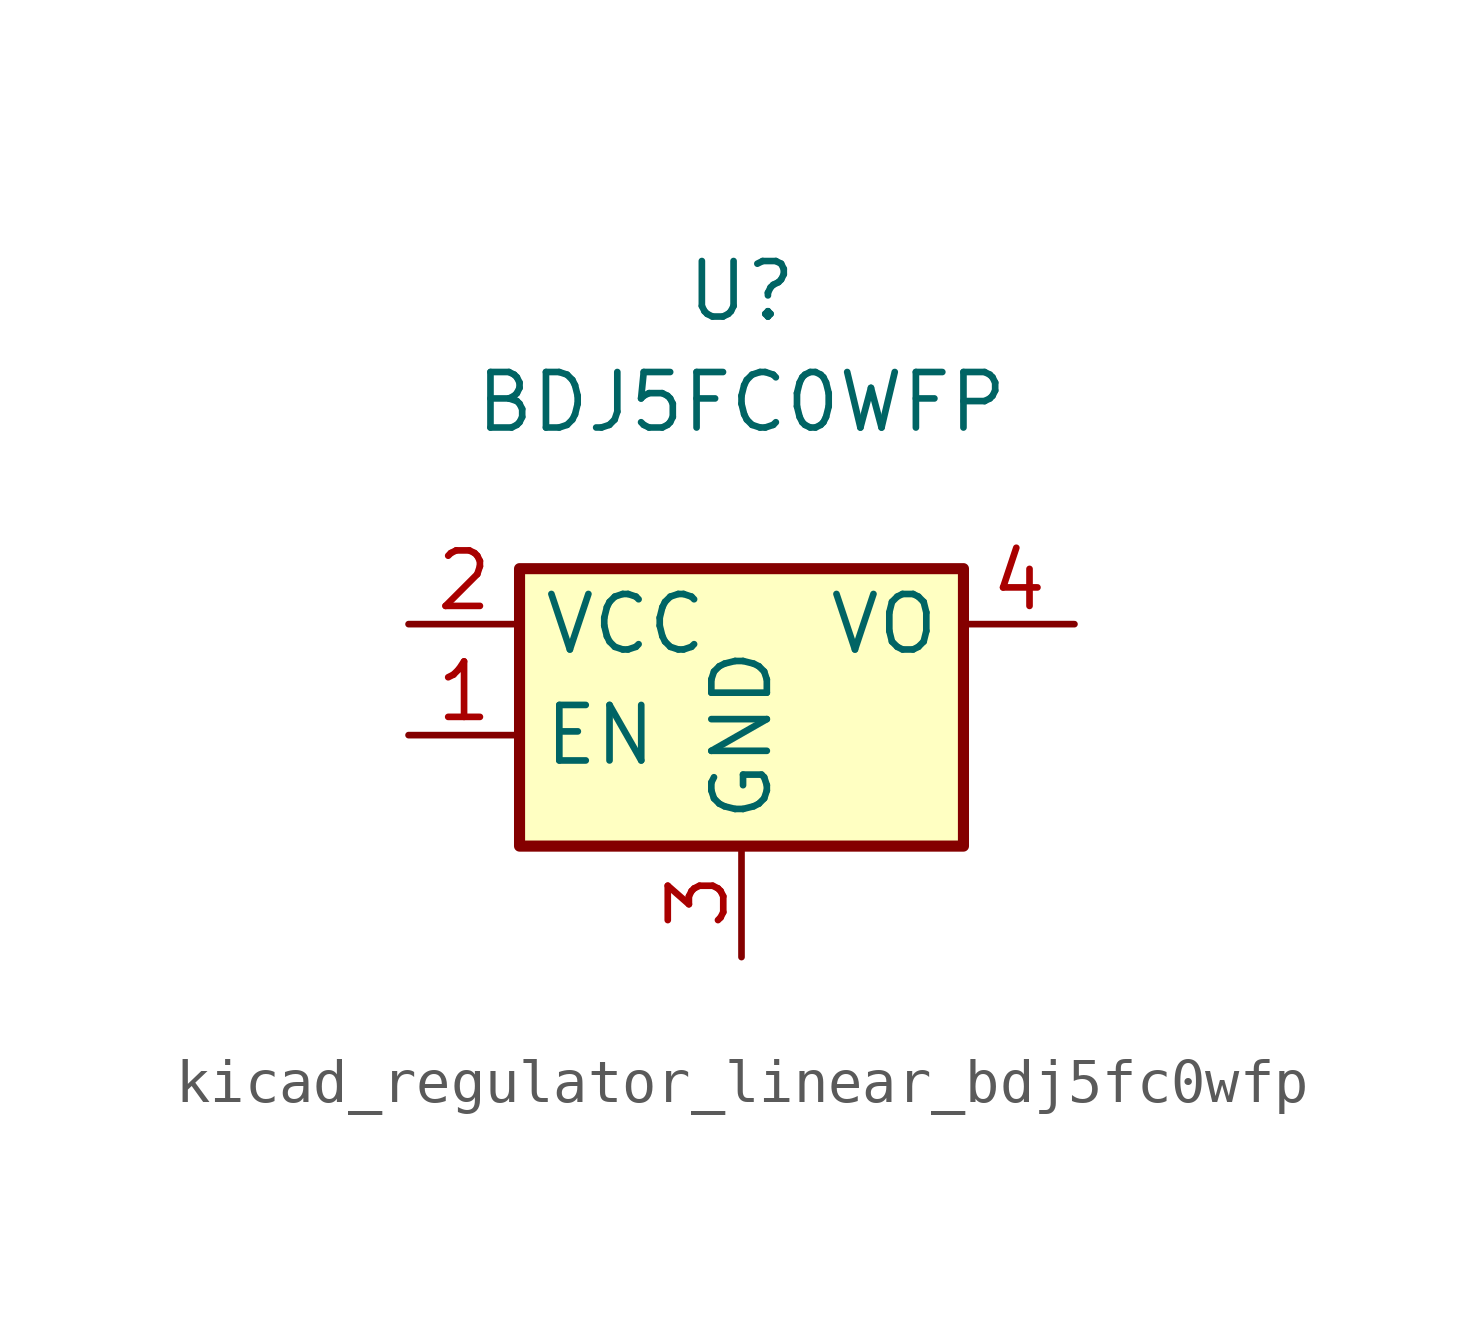
<source format=kicad_sym>
(kicad_symbol_lib
  (version 20220914)
  (generator kicad_symbol_editor)
  (symbol "kicad_regulator_linear_bdj5fc0wfp"
    (property "Reference" "U"
      (at 0 7.62 0)
      (effects (font (size 1.27 1.27))))
    (property "Value" "BDJ5FC0WFP"
      (at 0 5.08 0)
      (effects (font (size 1.27 1.27))))
    (symbol "kicad_regulator_linear_bdj5fc0wfp_1_1"
      (rectangle (start -5.08 -5.08) (end 5.08 1.27) (stroke (width 0.254) (type default)) (fill (type background)))
      (pin input line (at -7.62 -2.54 0) (length 2.54) (name "EN" (effects (font (size 1.27 1.27)))) (number "1" (effects (font (size 1.27 1.27)))))
      (pin power_in line (at -7.62 0 0) (length 2.54) (name "VCC" (effects (font (size 1.27 1.27)))) (number "2" (effects (font (size 1.27 1.27)))))
      (pin power_in line (at 0 -7.62 90) (length 2.54) (name "GND" (effects (font (size 1.27 1.27)))) (number "3" (effects (font (size 1.27 1.27)))))
      (pin power_out line (at 7.62 0 180) (length 2.54) (name "VO" (effects (font (size 1.27 1.27)))) (number "4" (effects (font (size 1.27 1.27)))))
      (pin no_connect line (at 5.08 -2.54 180) (length 2.54) hide (name "NC" (effects (font (size 1.27 1.27)))) (number "5" (effects (font (size 1.27 1.27))))))))
</source>
